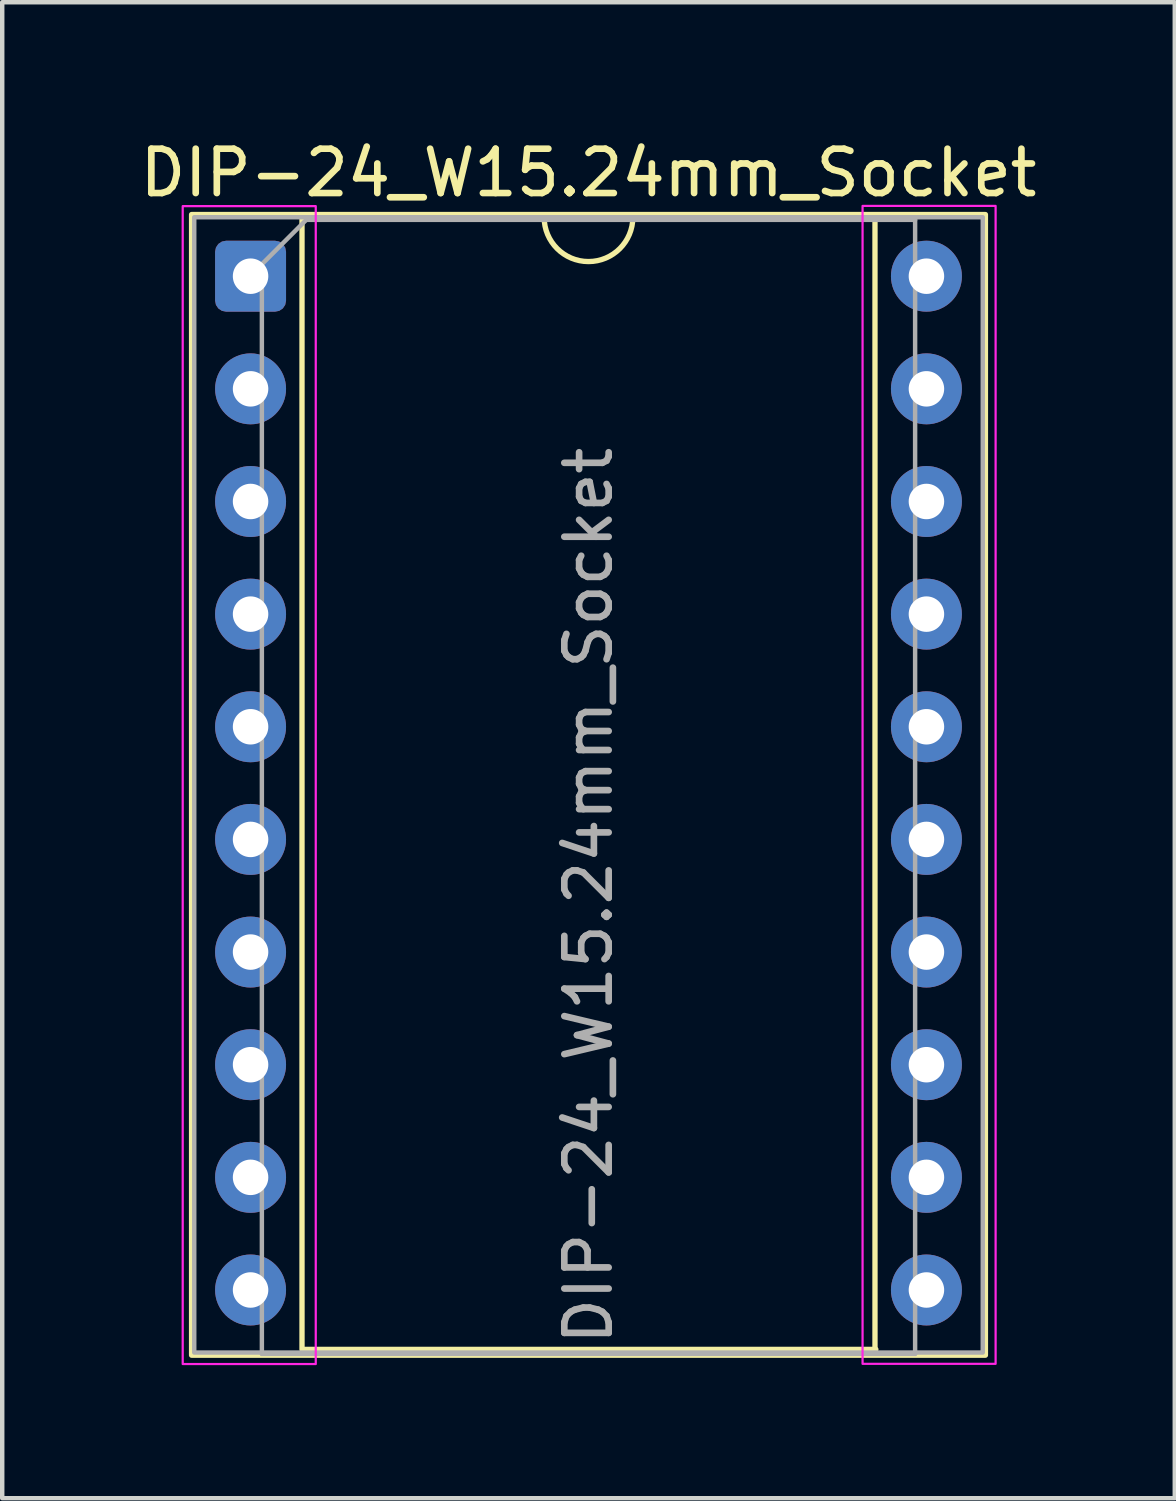
<source format=kicad_pcb>
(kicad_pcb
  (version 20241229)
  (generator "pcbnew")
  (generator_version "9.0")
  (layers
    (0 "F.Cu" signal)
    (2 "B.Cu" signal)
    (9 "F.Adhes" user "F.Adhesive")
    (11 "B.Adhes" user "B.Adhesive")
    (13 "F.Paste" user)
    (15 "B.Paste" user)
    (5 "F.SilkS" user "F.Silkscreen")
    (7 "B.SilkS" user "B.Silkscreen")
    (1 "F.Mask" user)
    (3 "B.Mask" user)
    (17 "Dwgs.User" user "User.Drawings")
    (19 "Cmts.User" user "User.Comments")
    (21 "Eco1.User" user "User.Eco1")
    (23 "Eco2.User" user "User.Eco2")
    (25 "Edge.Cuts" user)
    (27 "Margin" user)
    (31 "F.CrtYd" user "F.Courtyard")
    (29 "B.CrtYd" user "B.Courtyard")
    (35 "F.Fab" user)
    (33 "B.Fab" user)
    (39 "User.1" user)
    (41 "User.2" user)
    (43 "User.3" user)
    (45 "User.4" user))
  (footprint "DIP-24_W15.24mm_Socket"
    (layer "F.Cu")
    (at 2.6 3.178)
    (property "Reference" "DIP-24_W15.24mm_Socket" (at 7.62 -2.33 0) (layer "F.SilkS") (effects (font (size 1 1) (thickness 0.15))))
    (attr through_hole)
    (fp_line (start 1.16 -1.33) (end 1.16 24.2) (stroke (width 0.12) (type solid)) (layer "F.SilkS"))
    (fp_line (start 1.2 24.2) (end 14.1 24.2) (stroke (width 0.12) (type solid)) (layer "F.SilkS"))
    (fp_line (start 6.62 -1.33) (end 1.16 -1.33) (stroke (width 0.12) (type solid)) (layer "F.SilkS"))
    (fp_line (start 14.08 -1.33) (end 8.62 -1.33) (stroke (width 0.12) (type solid)) (layer "F.SilkS"))
    (fp_line (start 14.08 24.2) (end 14.08 -1.33) (stroke (width 0.12) (type solid)) (layer "F.SilkS"))
    (fp_rect (start -1.33 -1.39) (end 16.57 24.33) (stroke (width 0.12) (type solid)) (fill no) (layer "F.SilkS"))
    (fp_arc (start 8.62 -1.33) (mid 7.62 -0.33) (end 6.62 -1.33) (stroke (width 0.12) (type solid)) (layer "F.SilkS"))
    (fp_rect (start -1.53 -1.58) (end 1.47 24.53) (stroke (width 0.05) (type solid)) (fill no) (layer "F.CrtYd"))
    (fp_rect (start 13.8 -1.585) (end 16.8 24.525) (stroke (width 0.05) (type solid)) (fill no) (layer "F.CrtYd"))
    (fp_line (start 0.255 -0.27) (end 1.255 -1.27) (stroke (width 0.1) (type solid)) (layer "F.Fab"))
    (fp_line (start 0.255 24.3) (end 0.255 -0.27) (stroke (width 0.1) (type solid)) (layer "F.Fab"))
    (fp_line (start 1.255 -1.27) (end 14.985 -1.27) (stroke (width 0.1) (type solid)) (layer "F.Fab"))
    (fp_line (start 14.985 -1.27) (end 14.985 24.3) (stroke (width 0.1) (type solid)) (layer "F.Fab"))
    (fp_line (start 14.985 24.3) (end 0.255 24.3) (stroke (width 0.1) (type solid)) (layer "F.Fab"))
    (fp_rect (start -1.27 -1.33) (end 16.51 24.27) (stroke (width 0.1) (type solid)) (fill no) (layer "F.Fab"))
    (fp_text user "${REFERENCE}" (at 7.62 13.97 90) (layer "F.Fab") (effects (font (size 1 1) (thickness 0.15))))
    (pad "1" thru_hole roundrect (at 0 0) (size 1.6 1.6) (drill 0.8) (layers "*.Cu" "*.Mask") (roundrect_rratio 0.156))
    (pad "2" thru_hole circle (at 0 2.54) (size 1.6 1.6) (drill 0.8) (layers "*.Cu" "*.Mask"))
    (pad "3" thru_hole circle (at 0 5.08) (size 1.6 1.6) (drill 0.8) (layers "*.Cu" "*.Mask"))
    (pad "4" thru_hole circle (at 0 7.62) (size 1.6 1.6) (drill 0.8) (layers "*.Cu" "*.Mask"))
    (pad "5" thru_hole circle (at 0 10.16) (size 1.6 1.6) (drill 0.8) (layers "*.Cu" "*.Mask"))
    (pad "6" thru_hole circle (at 0 12.7) (size 1.6 1.6) (drill 0.8) (layers "*.Cu" "*.Mask"))
    (pad "7" thru_hole circle (at 0 15.24) (size 1.6 1.6) (drill 0.8) (layers "*.Cu" "*.Mask"))
    (pad "8" thru_hole circle (at 0 17.78) (size 1.6 1.6) (drill 0.8) (layers "*.Cu" "*.Mask"))
    (pad "9" thru_hole circle (at 0 20.32) (size 1.6 1.6) (drill 0.8) (layers "*.Cu" "*.Mask"))
    (pad "10" thru_hole circle (at 0 22.86) (size 1.6 1.6) (drill 0.8) (layers "*.Cu" "*.Mask"))
    (pad "11" thru_hole circle (at 15.24 22.86) (size 1.6 1.6) (drill 0.8) (layers "*.Cu" "*.Mask"))
    (pad "12" thru_hole circle (at 15.24 20.32) (size 1.6 1.6) (drill 0.8) (layers "*.Cu" "*.Mask"))
    (pad "13" thru_hole circle (at 15.24 17.78) (size 1.6 1.6) (drill 0.8) (layers "*.Cu" "*.Mask"))
    (pad "14" thru_hole circle (at 15.24 15.24) (size 1.6 1.6) (drill 0.8) (layers "*.Cu" "*.Mask"))
    (pad "15" thru_hole circle (at 15.24 12.7) (size 1.6 1.6) (drill 0.8) (layers "*.Cu" "*.Mask"))
    (pad "16" thru_hole circle (at 15.24 10.16) (size 1.6 1.6) (drill 0.8) (layers "*.Cu" "*.Mask"))
    (pad "17" thru_hole circle (at 15.24 7.62) (size 1.6 1.6) (drill 0.8) (layers "*.Cu" "*.Mask"))
    (pad "18" thru_hole circle (at 15.24 5.08) (size 1.6 1.6) (drill 0.8) (layers "*.Cu" "*.Mask"))
    (pad "19" thru_hole circle (at 15.24 2.54) (size 1.6 1.6) (drill 0.8) (layers "*.Cu" "*.Mask"))
    (pad "20" thru_hole circle (at 15.24 0) (size 1.6 1.6) (drill 0.8) (layers "*.Cu" "*.Mask")))
  (gr_rect
    (start -3 -3)
    (end 23.44 30.733)
    (stroke (width 0.1) (type default))
    (fill no)
    (layer "Edge.Cuts")))
</source>
